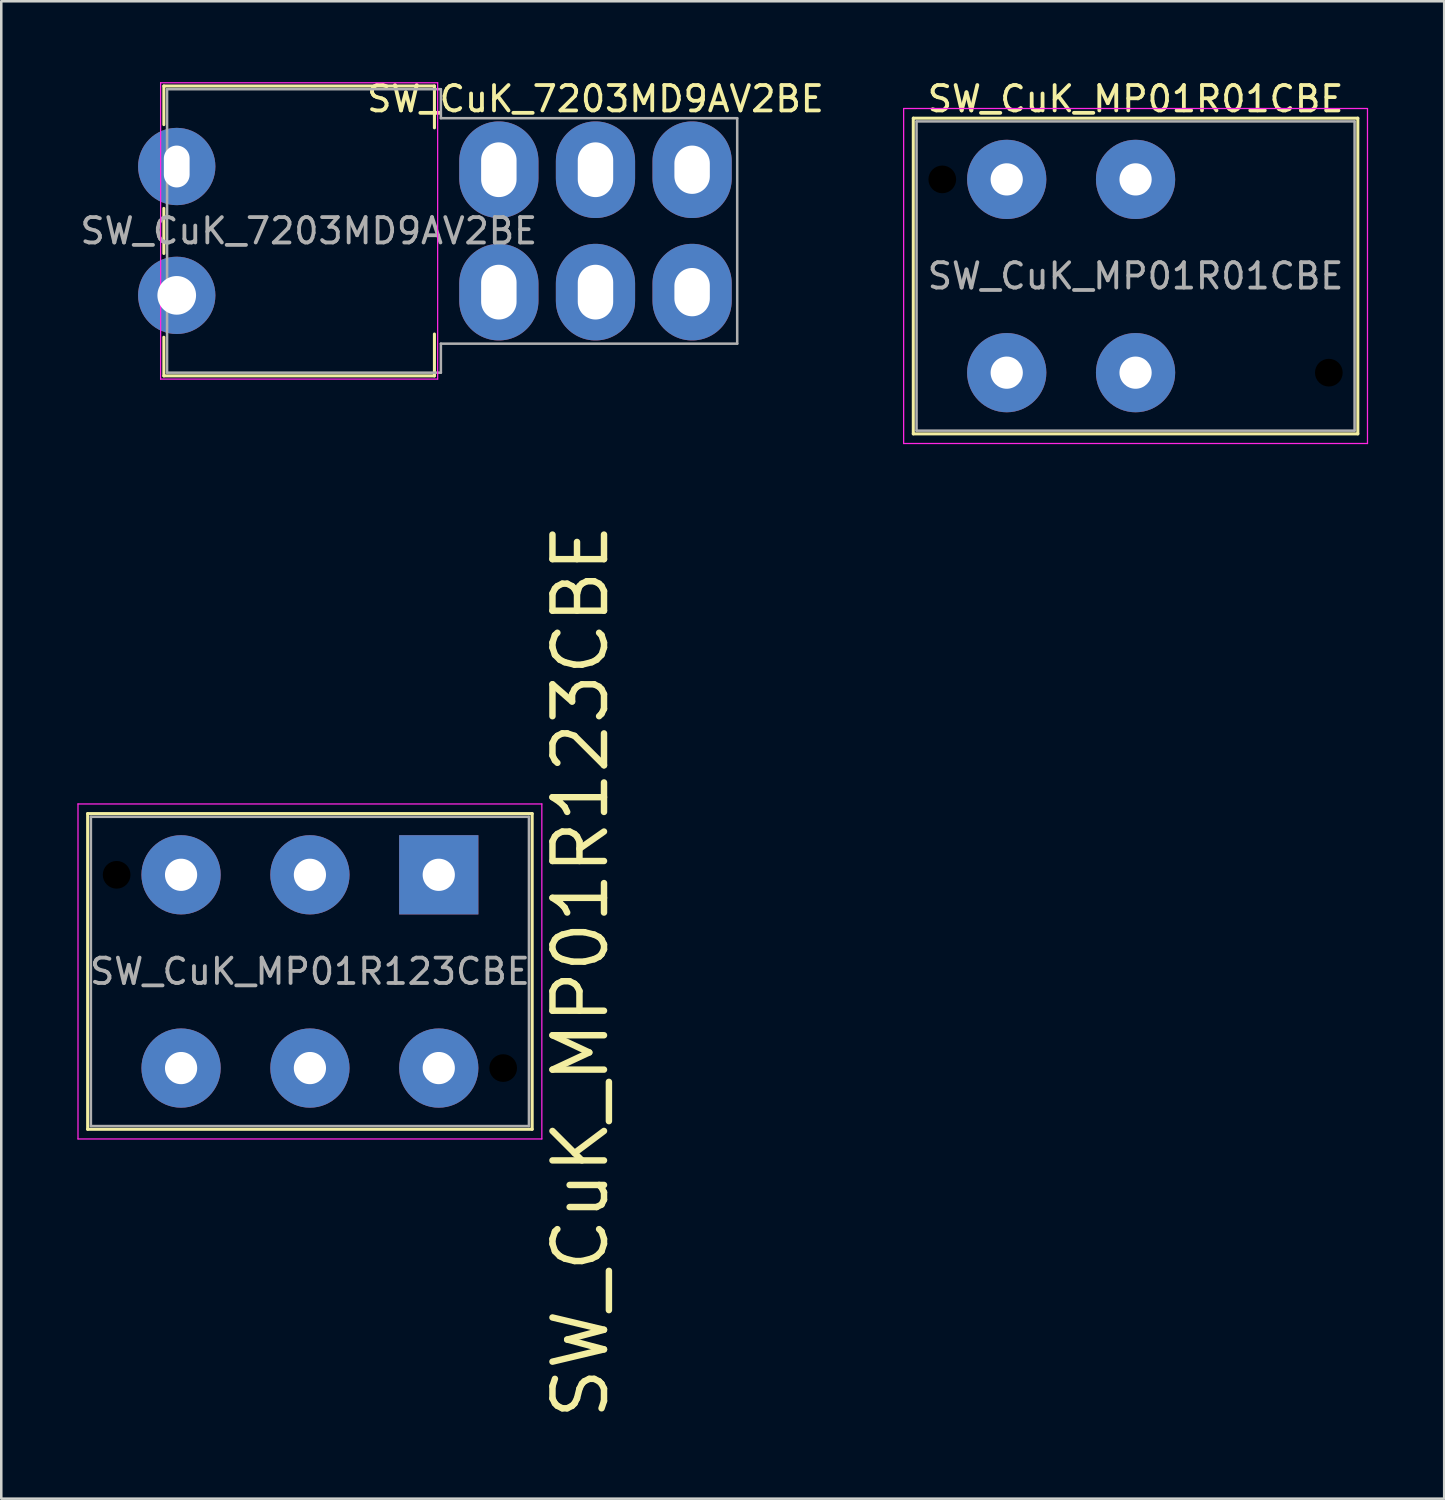
<source format=kicad_pcb>
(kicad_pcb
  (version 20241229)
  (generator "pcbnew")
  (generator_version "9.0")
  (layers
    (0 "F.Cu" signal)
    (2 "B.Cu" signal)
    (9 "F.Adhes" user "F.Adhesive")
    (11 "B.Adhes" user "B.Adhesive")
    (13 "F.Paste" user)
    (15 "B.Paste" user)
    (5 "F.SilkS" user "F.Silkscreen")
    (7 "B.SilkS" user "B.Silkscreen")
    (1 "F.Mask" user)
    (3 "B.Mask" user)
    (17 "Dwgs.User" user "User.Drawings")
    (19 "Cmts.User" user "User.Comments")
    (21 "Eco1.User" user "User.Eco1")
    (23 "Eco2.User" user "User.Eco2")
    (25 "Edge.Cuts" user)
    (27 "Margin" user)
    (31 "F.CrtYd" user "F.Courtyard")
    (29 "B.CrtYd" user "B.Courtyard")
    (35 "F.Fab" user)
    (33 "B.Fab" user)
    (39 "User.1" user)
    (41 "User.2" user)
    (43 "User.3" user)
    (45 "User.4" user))
  (footprint "SW_CuK_MP01R123CBE"
    (layer "F.Cu")
    (at 4.089 39.061)
    (property "Reference" "SW_CuK_MP01R123CBE" (at 15.748 -3.81 90) (layer "F.SilkS") (effects (font (size 2.032 2.032) (thickness 0.254))))
    (attr through_hole)
    (fp_line (start -3.683 -10.033) (end -3.683 2.413) (stroke (width 0.12) (type solid)) (layer "F.SilkS"))
    (fp_line (start 13.843 -10.033) (end -3.683 -10.033) (stroke (width 0.12) (type solid)) (layer "F.SilkS"))
    (fp_line (start 13.843 -10.033) (end 13.843 2.413) (stroke (width 0.12) (type solid)) (layer "F.SilkS"))
    (fp_line (start 13.843 2.413) (end -3.683 2.413) (stroke (width 0.12) (type solid)) (layer "F.SilkS"))
    (fp_line (start -4.064 -10.414) (end 14.224 -10.414) (stroke (width 0.05) (type solid)) (layer "F.CrtYd"))
    (fp_line (start -4.064 2.794) (end -4.064 -10.414) (stroke (width 0.05) (type solid)) (layer "F.CrtYd"))
    (fp_line (start 14.224 -10.414) (end 14.224 2.794) (stroke (width 0.05) (type solid)) (layer "F.CrtYd"))
    (fp_line (start 14.224 2.794) (end -4.064 2.794) (stroke (width 0.05) (type solid)) (layer "F.CrtYd"))
    (fp_line (start -3.556 -9.906) (end 13.716 -9.906) (stroke (width 0.1) (type solid)) (layer "F.Fab"))
    (fp_line (start -3.556 2.286) (end -3.556 -9.906) (stroke (width 0.1) (type solid)) (layer "F.Fab"))
    (fp_line (start 13.716 -9.906) (end 13.716 2.286) (stroke (width 0.1) (type solid)) (layer "F.Fab"))
    (fp_line (start 13.716 2.286) (end -3.556 2.286) (stroke (width 0.1) (type solid)) (layer "F.Fab"))
    (fp_text user "${REFERENCE}" (at 5.08 -3.81 0) (layer "F.Fab") (effects (font (size 1 1) (thickness 0.15))))
    (pad "" np_thru_hole circle (at -2.54 -7.62) (size 1.092 1.092) (drill 1.092) (layers "*.Mask"))
    (pad "" np_thru_hole circle (at 12.7 0) (size 1.092 1.092) (drill 1.092) (layers "*.Mask"))
    (pad "1" thru_hole circle (at 0 0) (size 3.124 3.124) (drill 1.27) (layers "*.Cu" "*.Mask"))
    (pad "2" thru_hole circle (at 5.08 0) (size 3.124 3.124) (drill 1.27) (layers "*.Cu" "*.Mask"))
    (pad "3" thru_hole circle (at 0 -7.62) (size 3.124 3.124) (drill 1.27) (layers "*.Cu" "*.Mask"))
    (pad "4" thru_hole circle (at 5.08 -7.62) (size 3.124 3.124) (drill 1.27) (layers "*.Cu" "*.Mask"))
    (pad "A" thru_hole rect (at 10.16 -7.62) (size 3.124 3.124) (drill 1.27) (layers "*.Cu" "*.Mask"))
    (pad "K" thru_hole circle (at 10.16 0) (size 3.124 3.124) (drill 1.27) (layers "*.Cu" "*.Mask")))
  (footprint "SW_CuK_7203MD9AV2BE"
    (layer "F.Cu")
    (at 16.618 6.055)
    (property "Reference" "SW_CuK_7203MD9AV2BE" (at 3.81 -5.207 0) (layer "F.SilkS") (effects (font (size 1 1) (thickness 0.15))))
    (attr through_hole)
    (fp_line (start -13.208 -5.715) (end -13.208 -4.191) (stroke (width 0.12) (type solid)) (layer "F.SilkS"))
    (fp_line (start -13.208 -0.889) (end -13.208 0.889) (stroke (width 0.12) (type solid)) (layer "F.SilkS"))
    (fp_line (start -13.208 5.715) (end -13.208 4.191) (stroke (width 0.12) (type solid)) (layer "F.SilkS"))
    (fp_line (start -2.54 -5.715) (end -13.208 -5.715) (stroke (width 0.12) (type solid)) (layer "F.SilkS"))
    (fp_line (start -2.54 -5.715) (end -2.54 -4.064) (stroke (width 0.12) (type solid)) (layer "F.SilkS"))
    (fp_line (start -2.54 4.064) (end -2.54 5.715) (stroke (width 0.12) (type solid)) (layer "F.SilkS"))
    (fp_line (start -2.54 5.715) (end -13.208 5.715) (stroke (width 0.12) (type solid)) (layer "F.SilkS"))
    (fp_line (start -13.335 -5.842) (end -2.413 -5.842) (stroke (width 0.05) (type solid)) (layer "F.CrtYd"))
    (fp_line (start -13.335 5.842) (end -13.335 -5.842) (stroke (width 0.05) (type solid)) (layer "F.CrtYd"))
    (fp_line (start -2.413 -5.842) (end -2.413 5.842) (stroke (width 0.05) (type solid)) (layer "F.CrtYd"))
    (fp_line (start -2.413 5.842) (end -13.335 5.842) (stroke (width 0.05) (type solid)) (layer "F.CrtYd"))
    (fp_line (start -13.081 -5.588) (end -2.286 -5.588) (stroke (width 0.1) (type solid)) (layer "F.Fab"))
    (fp_line (start -13.081 5.588) (end -13.081 -5.588) (stroke (width 0.1) (type solid)) (layer "F.Fab"))
    (fp_line (start -2.286 -4.445) (end -2.286 -5.588) (stroke (width 0.1) (type solid)) (layer "F.Fab"))
    (fp_line (start -2.286 4.445) (end 9.398 4.445) (stroke (width 0.1) (type solid)) (layer "F.Fab"))
    (fp_line (start -2.286 5.588) (end -13.081 5.588) (stroke (width 0.1) (type solid)) (layer "F.Fab"))
    (fp_line (start -2.286 5.588) (end -2.286 4.445) (stroke (width 0.1) (type solid)) (layer "F.Fab"))
    (fp_line (start 9.398 -4.445) (end -2.286 -4.445) (stroke (width 0.1) (type solid)) (layer "F.Fab"))
    (fp_line (start 9.398 -4.445) (end 9.398 4.445) (stroke (width 0.1) (type solid)) (layer "F.Fab"))
    (fp_text user "${REFERENCE}" (at -7.493 0 0) (layer "F.Fab") (effects (font (size 1 1) (thickness 0.15))))
    (pad "0" thru_hole circle (at -12.7 -2.54) (size 3.048 3.048) (drill oval 1.016 1.651) (layers "*.Cu" "*.Mask"))
    (pad "0" thru_hole circle (at -12.7 2.54) (size 3.048 3.048) (drill 1.524) (layers "*.Cu" "*.Mask"))
    (pad "1" thru_hole oval (at 0 -2.413) (size 3.124 3.81) (drill oval 1.397 2.159) (layers "*.Cu" "*.Mask"))
    (pad "2" thru_hole oval (at 3.81 -2.413) (size 3.124 3.81) (drill oval 1.397 2.159) (layers "*.Cu" "*.Mask"))
    (pad "3" thru_hole oval (at 7.62 -2.413) (size 3.124 3.81) (drill oval 1.397 1.905) (layers "*.Cu" "*.Mask"))
    (pad "4" thru_hole oval (at 0 2.413) (size 3.124 3.81) (drill oval 1.397 2.159) (layers "*.Cu" "*.Mask"))
    (pad "5" thru_hole oval (at 3.81 2.413) (size 3.124 3.81) (drill oval 1.397 2.159) (layers "*.Cu" "*.Mask"))
    (pad "6" thru_hole oval (at 7.62 2.413) (size 3.124 3.81) (drill oval 1.397 1.905) (layers "*.Cu" "*.Mask")))
  (footprint "SW_CuK_MP01R01CBE"
    (layer "F.Cu")
    (at 36.642 11.643)
    (property "Reference" "SW_CuK_MP01R01CBE" (at 5.08 -10.795 0) (layer "F.SilkS") (effects (font (size 1 1) (thickness 0.15))))
    (attr through_hole)
    (fp_line (start -3.683 -10.033) (end -3.683 2.413) (stroke (width 0.12) (type solid)) (layer "F.SilkS"))
    (fp_line (start 13.843 -10.033) (end -3.683 -10.033) (stroke (width 0.12) (type solid)) (layer "F.SilkS"))
    (fp_line (start 13.843 -10.033) (end 13.843 2.413) (stroke (width 0.12) (type solid)) (layer "F.SilkS"))
    (fp_line (start 13.843 2.413) (end -3.683 2.413) (stroke (width 0.12) (type solid)) (layer "F.SilkS"))
    (fp_line (start -4.064 -10.414) (end 14.224 -10.414) (stroke (width 0.05) (type solid)) (layer "F.CrtYd"))
    (fp_line (start -4.064 2.794) (end -4.064 -10.414) (stroke (width 0.05) (type solid)) (layer "F.CrtYd"))
    (fp_line (start 14.224 -10.414) (end 14.224 2.794) (stroke (width 0.05) (type solid)) (layer "F.CrtYd"))
    (fp_line (start 14.224 2.794) (end -4.064 2.794) (stroke (width 0.05) (type solid)) (layer "F.CrtYd"))
    (fp_line (start -3.556 -9.906) (end 13.716 -9.906) (stroke (width 0.1) (type solid)) (layer "F.Fab"))
    (fp_line (start -3.556 2.286) (end -3.556 -9.906) (stroke (width 0.1) (type solid)) (layer "F.Fab"))
    (fp_line (start 13.716 -9.906) (end 13.716 2.286) (stroke (width 0.1) (type solid)) (layer "F.Fab"))
    (fp_line (start 13.716 2.286) (end -3.556 2.286) (stroke (width 0.1) (type solid)) (layer "F.Fab"))
    (fp_text user "${REFERENCE}" (at 5.08 -3.81 0) (layer "F.Fab") (effects (font (size 1 1) (thickness 0.15))))
    (pad "" np_thru_hole circle (at -2.54 -7.62) (size 1.092 1.092) (drill 1.092) (layers "*.Mask"))
    (pad "" np_thru_hole circle (at 12.7 0) (size 1.092 1.092) (drill 1.092) (layers "*.Mask"))
    (pad "1" thru_hole circle (at 0 0) (size 3.124 3.124) (drill 1.27) (layers "*.Cu" "*.Mask"))
    (pad "2" thru_hole circle (at 5.08 0) (size 3.124 3.124) (drill 1.27) (layers "*.Cu" "*.Mask"))
    (pad "3" thru_hole circle (at 0 -7.62) (size 3.124 3.124) (drill 1.27) (layers "*.Cu" "*.Mask"))
    (pad "4" thru_hole circle (at 5.08 -7.62) (size 3.124 3.124) (drill 1.27) (layers "*.Cu" "*.Mask")))
  (gr_rect
    (start -3 -3)
    (end 53.891 56.039)
    (stroke (width 0.1) (type default))
    (fill no)
    (layer "Edge.Cuts")))
</source>
